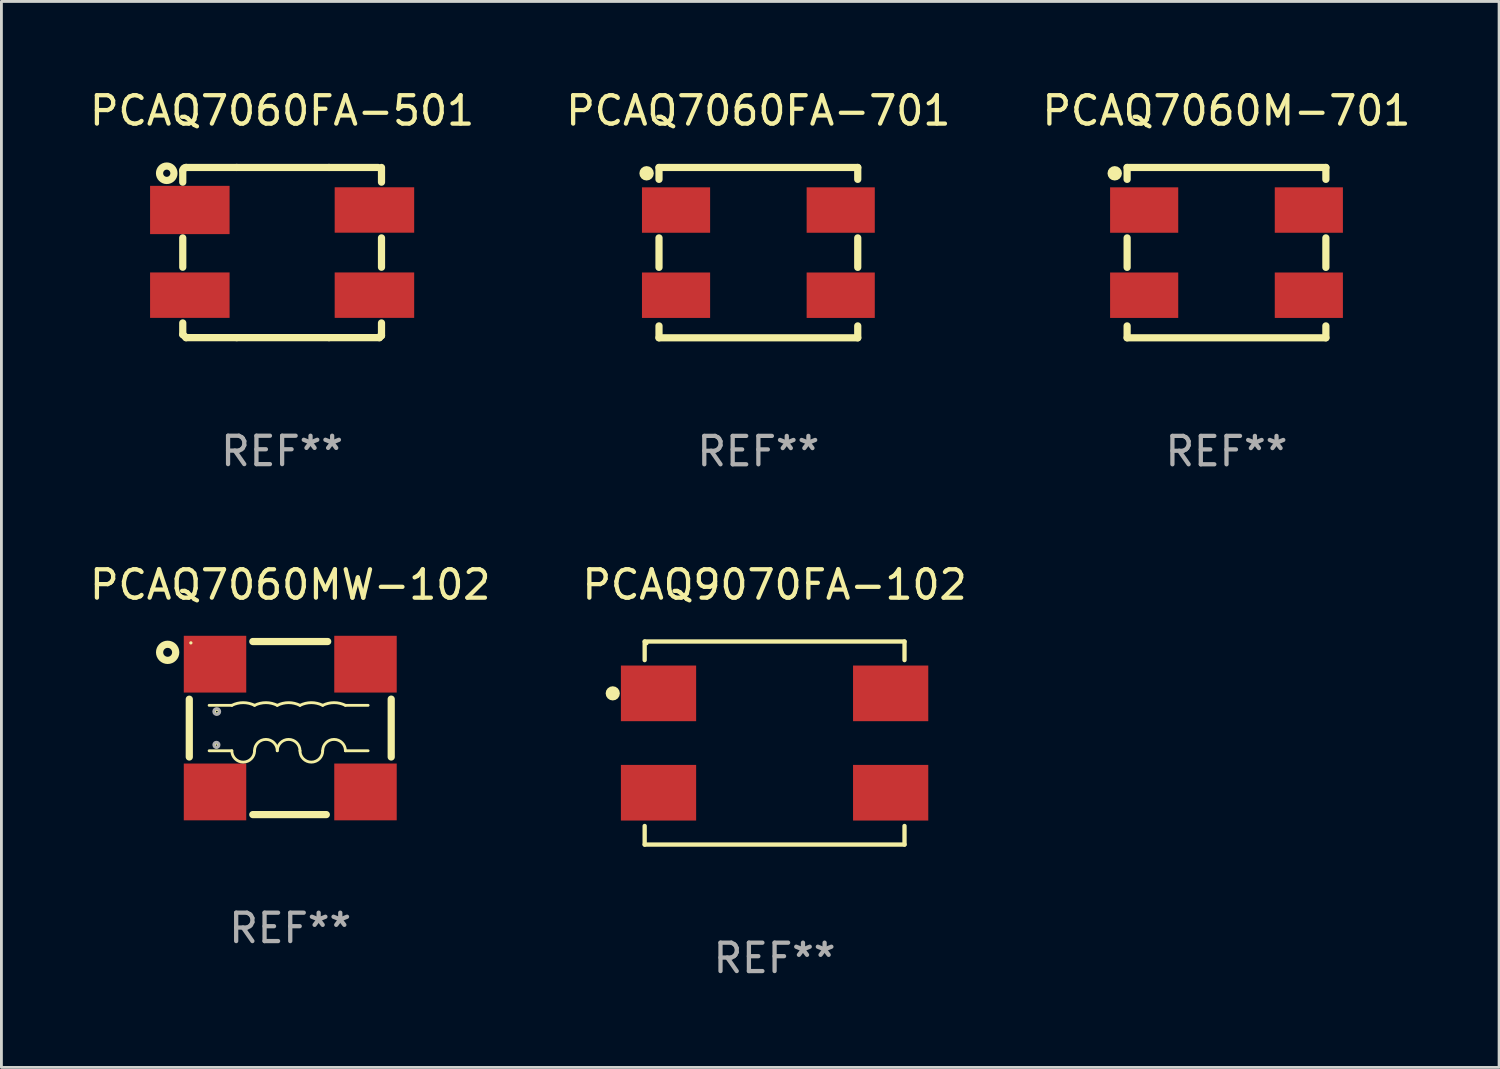
<source format=kicad_pcb>
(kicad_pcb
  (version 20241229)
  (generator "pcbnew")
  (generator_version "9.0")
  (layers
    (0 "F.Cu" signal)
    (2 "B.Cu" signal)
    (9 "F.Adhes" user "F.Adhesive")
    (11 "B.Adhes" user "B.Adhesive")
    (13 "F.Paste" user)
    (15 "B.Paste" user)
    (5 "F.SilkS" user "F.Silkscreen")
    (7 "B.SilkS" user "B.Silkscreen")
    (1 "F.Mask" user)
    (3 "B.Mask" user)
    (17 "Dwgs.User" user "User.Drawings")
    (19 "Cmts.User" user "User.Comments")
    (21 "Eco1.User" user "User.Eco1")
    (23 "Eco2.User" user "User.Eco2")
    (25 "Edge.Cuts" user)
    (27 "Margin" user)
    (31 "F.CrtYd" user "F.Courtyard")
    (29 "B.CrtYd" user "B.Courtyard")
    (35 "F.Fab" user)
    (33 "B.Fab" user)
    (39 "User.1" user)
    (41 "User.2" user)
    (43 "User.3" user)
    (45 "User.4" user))
  (footprint "PCAQ9070FA-102"
    (layer "F.Cu")
    (at 24.232 23.121)
    (property "Reference" "PCAQ9070FA-102" (at 0 -5.576 0) (layer "F.SilkS") (effects (font (size 1 1) (thickness 0.15))))
    (attr through_hole)
    (fp_line (start -4.576 -3.576) (end 4.576 -3.576) (stroke (width 0.152) (type solid)) (layer "F.SilkS"))
    (fp_line (start -4.576 -2.921) (end -4.576 -3.576) (stroke (width 0.152) (type solid)) (layer "F.SilkS"))
    (fp_line (start -4.576 2.921) (end -4.576 3.576) (stroke (width 0.152) (type solid)) (layer "F.SilkS"))
    (fp_line (start -4.576 3.576) (end 4.576 3.576) (stroke (width 0.152) (type solid)) (layer "F.SilkS"))
    (fp_line (start 4.576 -3.576) (end 4.576 -2.921) (stroke (width 0.152) (type solid)) (layer "F.SilkS"))
    (fp_line (start 4.576 3.576) (end 4.576 2.921) (stroke (width 0.152) (type solid)) (layer "F.SilkS"))
    (fp_circle (center -5.7 -1.75) (end -5.575 -1.75) (stroke (width 0.25) (type solid)) (fill no) (layer "F.SilkS"))
    (fp_circle (center -4.5 -3.5) (end -4.47 -3.5) (stroke (width 0.06) (type solid)) (fill no) (layer "F.SilkS"))
    (fp_text user "REF**" (at 0 7.576 0) (layer "F.Fab") (effects (font (size 1 1) (thickness 0.15))))
    (pad "1" smd rect (at -4.088 -1.75 270) (size 1.96 2.65) (layers "F.Cu" "F.Mask" "F.Paste"))
    (pad "2" smd rect (at -4.088 1.75 270) (size 1.96 2.65) (layers "F.Cu" "F.Mask" "F.Paste"))
    (pad "3" smd rect (at 4.088 1.75 270) (size 1.96 2.65) (layers "F.Cu" "F.Mask" "F.Paste"))
    (pad "4" smd rect (at 4.088 -1.75 270) (size 1.96 2.65) (layers "F.Cu" "F.Mask" "F.Paste")))
  (footprint "PCAQ7060MW-102"
    (layer "F.Cu")
    (at 7.173 22.593)
    (property "Reference" "PCAQ7060MW-102" (at 0 -5.048 0) (layer "F.SilkS") (effects (font (size 1 1) (thickness 0.15))))
    (attr through_hole)
    (fp_line (start -3.556 -1.016) (end -3.556 1.019) (stroke (width 0.254) (type solid)) (layer "F.SilkS"))
    (fp_line (start -2.857 -0.8) (end -2.057 -0.8) (stroke (width 0.1) (type solid)) (layer "F.SilkS"))
    (fp_line (start -2.057 0.8) (end -2.857 0.8) (stroke (width 0.1) (type solid)) (layer "F.SilkS"))
    (fp_line (start -1.319 -3.048) (end 1.319 -3.048) (stroke (width 0.254) (type solid)) (layer "F.SilkS"))
    (fp_line (start -1.319 3.048) (end 1.27 3.048) (stroke (width 0.254) (type solid)) (layer "F.SilkS"))
    (fp_line (start 1.943 -0.8) (end 2.743 -0.8) (stroke (width 0.1) (type solid)) (layer "F.SilkS"))
    (fp_line (start 2.743 0.8) (end 1.943 0.8) (stroke (width 0.1) (type solid)) (layer "F.SilkS"))
    (fp_line (start 3.556 -1.019) (end 3.556 1.019) (stroke (width 0.254) (type solid)) (layer "F.SilkS"))
    (fp_arc (start -2.057176 -0.799975) (mid -1.657176 -0.894402) (end -1.257176 -0.799975) (stroke (width 0.1) (type solid)) (layer "F.SilkS"))
    (fp_arc (start -1.257176 -0.799975) (mid -0.857176 -0.894402) (end -0.457176 -0.799975) (stroke (width 0.1) (type solid)) (layer "F.SilkS"))
    (fp_arc (start -1.257176 0.8) (mid -1.657176 1.2) (end -2.057176 0.8) (stroke (width 0.1) (type solid)) (layer "F.SilkS"))
    (fp_arc (start -1.257176 0.8) (mid -0.857176 0.4) (end -0.457176 0.8) (stroke (width 0.1) (type solid)) (layer "F.SilkS"))
    (fp_arc (start -0.457176 -0.799975) (mid -0.057176 -0.894402) (end 0.342824 -0.799975) (stroke (width 0.1) (type solid)) (layer "F.SilkS"))
    (fp_arc (start -0.457176 0.8) (mid -0.057176 0.4) (end 0.342824 0.8) (stroke (width 0.1) (type solid)) (layer "F.SilkS"))
    (fp_arc (start 0.342824 -0.799975) (mid 0.742824 -0.894402) (end 1.142824 -0.799975) (stroke (width 0.1) (type solid)) (layer "F.SilkS"))
    (fp_arc (start 1.142824 -0.799975) (mid 1.542824 -0.894402) (end 1.942824 -0.799975) (stroke (width 0.1) (type solid)) (layer "F.SilkS"))
    (fp_arc (start 1.142824 0.8) (mid 0.742824 1.2) (end 0.342824 0.8) (stroke (width 0.1) (type solid)) (layer "F.SilkS"))
    (fp_arc (start 1.142824 0.8) (mid 1.542824 0.4) (end 1.942824 0.8) (stroke (width 0.1) (type solid)) (layer "F.SilkS"))
    (fp_circle (center -4.318 -2.667) (end -4.034 -2.667) (stroke (width 0.254) (type solid)) (fill no) (layer "F.SilkS"))
    (fp_circle (center -3.5 -3) (end -3.47 -3) (stroke (width 0.06) (type solid)) (fill no) (layer "F.SilkS"))
    (fp_circle (center -2.599 0.602) (end -2.527 0.602) (stroke (width 0.1) (type solid)) (fill no) (layer "F.SilkS"))
    (fp_circle (center -2.586 -0.579) (end -2.506 -0.579) (stroke (width 0.1) (type solid)) (fill no) (layer "F.SilkS"))
    (fp_circle (center -2.6 0.591) (end -2.507 0.591) (stroke (width 0.1) (type solid)) (fill no) (layer "F.Fab"))
    (fp_circle (center -2.589 -0.582) (end -2.483 -0.582) (stroke (width 0.1) (type solid)) (fill no) (layer "F.Fab"))
    (fp_text user "REF**" (at 0 7.048 0) (layer "F.Fab") (effects (font (size 1 1) (thickness 0.15))))
    (pad "1" smd rect (at -2.65 -2.25) (size 2.2 2) (layers "F.Cu" "F.Mask" "F.Paste"))
    (pad "2" smd rect (at -2.65 2.25) (size 2.2 2) (layers "F.Cu" "F.Mask" "F.Paste"))
    (pad "3" smd rect (at 2.65 2.25) (size 2.2 2) (layers "F.Cu" "F.Mask" "F.Paste"))
    (pad "4" smd rect (at 2.65 -2.25) (size 2.2 2) (layers "F.Cu" "F.Mask" "F.Paste")))
  (footprint "PCAQ7060FA-701"
    (layer "F.Cu")
    (at 23.661 5.848)
    (property "Reference" "PCAQ7060FA-701" (at 0 -5 0) (layer "F.SilkS") (effects (font (size 1 1) (thickness 0.15))))
    (attr through_hole)
    (fp_line (start -3.5 -3) (end -3.5 -2.581) (stroke (width 0.254) (type solid)) (layer "F.SilkS"))
    (fp_line (start -3.5 -3) (end 3.5 -3) (stroke (width 0.254) (type solid)) (layer "F.SilkS"))
    (fp_line (start -3.5 -0.519) (end -3.5 0.519) (stroke (width 0.254) (type solid)) (layer "F.SilkS"))
    (fp_line (start -3.5 2.581) (end -3.5 3) (stroke (width 0.254) (type solid)) (layer "F.SilkS"))
    (fp_line (start -3.5 3) (end 3.5 3) (stroke (width 0.254) (type solid)) (layer "F.SilkS"))
    (fp_line (start 3.5 -3) (end 3.5 -2.581) (stroke (width 0.254) (type solid)) (layer "F.SilkS"))
    (fp_line (start 3.5 -0.519) (end 3.5 0.519) (stroke (width 0.254) (type solid)) (layer "F.SilkS"))
    (fp_line (start 3.5 2.581) (end 3.5 3) (stroke (width 0.254) (type solid)) (layer "F.SilkS"))
    (fp_circle (center -3.937 -2.794) (end -3.81 -2.794) (stroke (width 0.254) (type solid)) (fill no) (layer "F.SilkS"))
    (fp_circle (center -3.5 -3) (end -3.47 -3) (stroke (width 0.06) (type solid)) (fill no) (layer "F.SilkS"))
    (fp_text user "REF**" (at 0 7 0) (layer "F.Fab") (effects (font (size 1 1) (thickness 0.15))))
    (pad "1" smd rect (at -2.9 -1.5) (size 2.4 1.6) (layers "F.Cu" "F.Mask" "F.Paste"))
    (pad "2" smd rect (at -2.9 1.5) (size 2.4 1.6) (layers "F.Cu" "F.Mask" "F.Paste"))
    (pad "3" smd rect (at 2.9 1.5) (size 2.4 1.6) (layers "F.Cu" "F.Mask" "F.Paste"))
    (pad "4" smd rect (at 2.9 -1.5) (size 2.4 1.6) (layers "F.Cu" "F.Mask" "F.Paste")))
  (footprint "PCAQ7060FA-501"
    (layer "F.Cu")
    (at 6.887 5.845)
    (property "Reference" "PCAQ7060FA-501" (at 0 -4.997 0) (layer "F.SilkS") (effects (font (size 1 1) (thickness 0.15))))
    (attr through_hole)
    (fp_line (start -3.5 -2.888) (end -3.5 -2.479) (stroke (width 0.254) (type solid)) (layer "F.SilkS"))
    (fp_line (start -3.5 -0.516) (end -3.5 0.517) (stroke (width 0.254) (type solid)) (layer "F.SilkS"))
    (fp_line (start -3.5 2.48) (end -3.5 2.888) (stroke (width 0.254) (type solid)) (layer "F.SilkS"))
    (fp_line (start -3.378 -2.997) (end -1.6 -2.997) (stroke (width 0.254) (type solid)) (layer "F.SilkS"))
    (fp_line (start -1.6 -2.997) (end 1.651 -2.997) (stroke (width 0.254) (type solid)) (layer "F.SilkS"))
    (fp_line (start -1.6 2.997) (end -3.378 2.997) (stroke (width 0.254) (type solid)) (layer "F.SilkS"))
    (fp_line (start 1.651 -2.997) (end 3.378 -2.997) (stroke (width 0.254) (type solid)) (layer "F.SilkS"))
    (fp_line (start 1.651 2.997) (end -1.6 2.997) (stroke (width 0.254) (type solid)) (layer "F.SilkS"))
    (fp_line (start 3.429 2.997) (end 1.651 2.997) (stroke (width 0.254) (type solid)) (layer "F.SilkS"))
    (fp_line (start 3.5 -2.479) (end 3.5 -2.997) (stroke (width 0.254) (type solid)) (layer "F.SilkS"))
    (fp_line (start 3.5 0.517) (end 3.5 -0.516) (stroke (width 0.254) (type solid)) (layer "F.SilkS"))
    (fp_line (start 3.5 2.929) (end 3.5 2.48) (stroke (width 0.254) (type solid)) (layer "F.SilkS"))
    (fp_arc (start -3.5 -2.888189) (mid -3.467264 -2.967257) (end -3.3882 -3) (stroke (width 0.254001) (type solid)) (layer "F.SilkS"))
    (fp_arc (start -3.5 2.888189) (mid -3.440711 2.940705) (end -3.3882 3) (stroke (width 0.254001) (type solid)) (layer "F.SilkS"))
    (fp_arc (start 3.4293 3) (mid 3.450071 2.950075) (end 3.5 2.929312) (stroke (width 0.254001) (type solid)) (layer "F.SilkS"))
    (fp_circle (center -4.064 -2.793) (end -3.81 -2.793) (stroke (width 0.254) (type solid)) (fill no) (layer "F.SilkS"))
    (fp_circle (center -3.5 -2.999) (end -3.47 -2.999) (stroke (width 0.06) (type solid)) (fill no) (layer "F.SilkS"))
    (fp_text user "REF**" (at 0 6.997 0) (layer "F.Fab") (effects (font (size 1 1) (thickness 0.15))))
    (pad "1" smd rect (at -3.251 -1.499) (size 2.8 1.7) (layers "F.Cu" "F.Mask" "F.Paste"))
    (pad "2" smd rect (at -3.251 1.501) (size 2.8 1.6) (layers "F.Cu" "F.Mask" "F.Paste"))
    (pad "3" smd rect (at 3.251 1.501) (size 2.8 1.6) (layers "F.Cu" "F.Mask" "F.Paste"))
    (pad "4" smd rect (at 3.251 -1.499) (size 2.8 1.6) (layers "F.Cu" "F.Mask" "F.Paste")))
  (footprint "PCAQ7060M-701"
    (layer "F.Cu")
    (at 40.149 5.848)
    (property "Reference" "PCAQ7060M-701" (at 0 -5 0) (layer "F.SilkS") (effects (font (size 1 1) (thickness 0.15))))
    (attr through_hole)
    (fp_line (start -3.5 -3) (end -3.5 -2.581) (stroke (width 0.254) (type solid)) (layer "F.SilkS"))
    (fp_line (start -3.5 -3) (end 3.5 -3) (stroke (width 0.254) (type solid)) (layer "F.SilkS"))
    (fp_line (start -3.5 -0.519) (end -3.5 0.519) (stroke (width 0.254) (type solid)) (layer "F.SilkS"))
    (fp_line (start -3.5 2.581) (end -3.5 3) (stroke (width 0.254) (type solid)) (layer "F.SilkS"))
    (fp_line (start -3.5 3) (end 3.5 3) (stroke (width 0.254) (type solid)) (layer "F.SilkS"))
    (fp_line (start 3.5 -3) (end 3.5 -2.581) (stroke (width 0.254) (type solid)) (layer "F.SilkS"))
    (fp_line (start 3.5 -0.519) (end 3.5 0.519) (stroke (width 0.254) (type solid)) (layer "F.SilkS"))
    (fp_line (start 3.5 2.581) (end 3.5 3) (stroke (width 0.254) (type solid)) (layer "F.SilkS"))
    (fp_circle (center -3.937 -2.794) (end -3.81 -2.794) (stroke (width 0.254) (type solid)) (fill no) (layer "F.SilkS"))
    (fp_circle (center -3.5 -3) (end -3.47 -3) (stroke (width 0.06) (type solid)) (fill no) (layer "F.SilkS"))
    (fp_text user "REF**" (at 0 7 0) (layer "F.Fab") (effects (font (size 1 1) (thickness 0.15))))
    (pad "1" smd rect (at -2.9 -1.5) (size 2.4 1.6) (layers "F.Cu" "F.Mask" "F.Paste"))
    (pad "2" smd rect (at -2.9 1.5) (size 2.4 1.6) (layers "F.Cu" "F.Mask" "F.Paste"))
    (pad "3" smd rect (at 2.9 1.5) (size 2.4 1.6) (layers "F.Cu" "F.Mask" "F.Paste"))
    (pad "4" smd rect (at 2.9 -1.5) (size 2.4 1.6) (layers "F.Cu" "F.Mask" "F.Paste")))
  (gr_rect
    (start -3 -3)
    (end 49.75 34.545)
    (stroke (width 0.1) (type default))
    (fill no)
    (layer "Edge.Cuts")))
</source>
